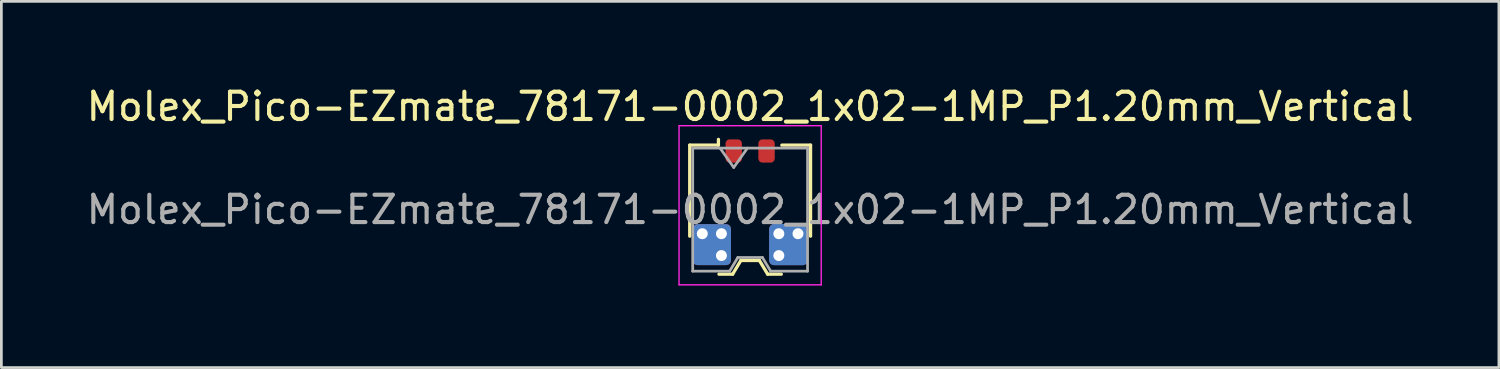
<source format=kicad_pcb>
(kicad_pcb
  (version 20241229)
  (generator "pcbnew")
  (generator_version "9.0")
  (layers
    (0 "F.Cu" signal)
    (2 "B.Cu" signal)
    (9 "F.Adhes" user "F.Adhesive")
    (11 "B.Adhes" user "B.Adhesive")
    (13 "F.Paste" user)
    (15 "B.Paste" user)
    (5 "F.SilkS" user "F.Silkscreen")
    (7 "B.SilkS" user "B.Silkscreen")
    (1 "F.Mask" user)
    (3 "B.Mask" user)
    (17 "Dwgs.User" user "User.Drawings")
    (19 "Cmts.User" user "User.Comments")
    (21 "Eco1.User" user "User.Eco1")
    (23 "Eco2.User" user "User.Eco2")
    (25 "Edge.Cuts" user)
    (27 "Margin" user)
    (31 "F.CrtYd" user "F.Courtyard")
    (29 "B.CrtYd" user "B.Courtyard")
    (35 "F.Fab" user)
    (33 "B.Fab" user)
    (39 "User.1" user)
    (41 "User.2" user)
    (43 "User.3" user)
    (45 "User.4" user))
  (footprint "Molex_Pico-EZmate_78171-0002_1x02-1MP_P1.20mm_Vertical"
    (layer "F.Cu")
    (at 24.387 4.348)
    (property "Reference" "Molex_Pico-EZmate_78171-0002_1x02-1MP_P1.20mm_Vertical" (at 0 -3.5 0) (layer "F.SilkS") (effects (font (size 1 1) (thickness 0.15))))
    (attr smd allow_soldermask_bridges)
    (fp_line (start -2.21 -2.09) (end -1.16 -2.09) (stroke (width 0.12) (type solid)) (layer "F.SilkS"))
    (fp_line (start -2.21 1.24) (end -2.21 -2.09) (stroke (width 0.12) (type solid)) (layer "F.SilkS"))
    (fp_line (start -1.16 -2.09) (end -1.16 -2.3) (stroke (width 0.12) (type solid)) (layer "F.SilkS"))
    (fp_line (start -1.14 2.63) (end -0.64 2.63) (stroke (width 0.12) (type solid)) (layer "F.SilkS"))
    (fp_line (start -0.64 2.63) (end -0.34 2.13) (stroke (width 0.12) (type solid)) (layer "F.SilkS"))
    (fp_line (start -0.34 2.13) (end 0.34 2.13) (stroke (width 0.12) (type solid)) (layer "F.SilkS"))
    (fp_line (start 0.34 2.13) (end 0.64 2.63) (stroke (width 0.12) (type solid)) (layer "F.SilkS"))
    (fp_line (start 0.64 2.63) (end 1.14 2.63) (stroke (width 0.12) (type solid)) (layer "F.SilkS"))
    (fp_line (start 2.21 -2.09) (end 1.16 -2.09) (stroke (width 0.12) (type solid)) (layer "F.SilkS"))
    (fp_line (start 2.21 1.24) (end 2.21 -2.09) (stroke (width 0.12) (type solid)) (layer "F.SilkS"))
    (fp_line (start -2.6 -2.8) (end -2.6 3.02) (stroke (width 0.05) (type solid)) (layer "F.CrtYd"))
    (fp_line (start -2.6 3.02) (end 2.6 3.02) (stroke (width 0.05) (type solid)) (layer "F.CrtYd"))
    (fp_line (start 2.6 -2.8) (end -2.6 -2.8) (stroke (width 0.05) (type solid)) (layer "F.CrtYd"))
    (fp_line (start 2.6 3.02) (end 2.6 -2.8) (stroke (width 0.05) (type solid)) (layer "F.CrtYd"))
    (fp_line (start -2.1 -1.98) (end -2.1 2.52) (stroke (width 0.1) (type solid)) (layer "F.Fab"))
    (fp_line (start -2.1 -1.98) (end 2.1 -1.98) (stroke (width 0.1) (type solid)) (layer "F.Fab"))
    (fp_line (start -2.1 2.52) (end -0.75 2.52) (stroke (width 0.1) (type solid)) (layer "F.Fab"))
    (fp_line (start -1.1 -1.98) (end -0.6 -1.273) (stroke (width 0.1) (type solid)) (layer "F.Fab"))
    (fp_line (start -0.75 2.52) (end -0.45 2.02) (stroke (width 0.1) (type solid)) (layer "F.Fab"))
    (fp_line (start -0.6 -1.273) (end -0.1 -1.98) (stroke (width 0.1) (type solid)) (layer "F.Fab"))
    (fp_line (start -0.45 2.02) (end 0.45 2.02) (stroke (width 0.1) (type solid)) (layer "F.Fab"))
    (fp_line (start 0.45 2.02) (end 0.75 2.52) (stroke (width 0.1) (type solid)) (layer "F.Fab"))
    (fp_line (start 0.75 2.52) (end 2.1 2.52) (stroke (width 0.1) (type solid)) (layer "F.Fab"))
    (fp_line (start 2.1 -1.98) (end 2.1 2.52) (stroke (width 0.1) (type solid)) (layer "F.Fab"))
    (fp_text user "${REFERENCE}" (at 0 0.27 0) (layer "F.Fab") (effects (font (size 1 1) (thickness 0.15))))
    (pad "" smd roundrect (at -1.75 1.9) (size 0.7 0.8) (layers "F.Mask" "F.Paste") (roundrect_rratio 0.25))
    (pad "" smd roundrect (at 1.75 1.9) (size 0.7 0.8) (layers "F.Mask" "F.Paste") (roundrect_rratio 0.25))
    (pad "1" smd roundrect (at -0.6 -1.875) (size 0.6 0.85) (layers "F.Cu" "F.Mask" "F.Paste") (roundrect_rratio 0.25))
    (pad "2" smd roundrect (at 0.6 -1.875) (size 0.6 0.85) (layers "F.Cu" "F.Mask" "F.Paste") (roundrect_rratio 0.25))
    (pad "MP" thru_hole circle (at -1.75 1.15) (size 0.6 0.6) (drill 0.4) (layers "*.Cu"))
    (pad "MP" smd roundrect (at -1.4 1.55) (size 1.4 1.5) (layers "F.Cu") (roundrect_rratio 0.125))
    (pad "MP" smd roundrect (at -1.4 1.55) (size 1.4 1.5) (layers "B.Cu") (roundrect_rratio 0.125))
    (pad "MP" thru_hole circle (at -1.05 1.15) (size 0.6 0.6) (drill 0.4) (layers "*.Cu"))
    (pad "MP" thru_hole circle (at -1.05 1.95) (size 0.6 0.6) (drill 0.4) (layers "*.Cu"))
    (pad "MP" thru_hole circle (at 1.05 1.15) (size 0.6 0.6) (drill 0.4) (layers "*.Cu"))
    (pad "MP" thru_hole circle (at 1.05 1.95) (size 0.6 0.6) (drill 0.4) (layers "*.Cu"))
    (pad "MP" smd roundrect (at 1.4 1.55) (size 1.4 1.5) (layers "F.Cu") (roundrect_rratio 0.125))
    (pad "MP" smd roundrect (at 1.4 1.55) (size 1.4 1.5) (layers "B.Cu") (roundrect_rratio 0.125))
    (pad "MP" smd roundrect (at 1.4 1.55) (size 1.4 1.5) (layers "B.Cu") (roundrect_rratio 0.125))
    (pad "MP" thru_hole circle (at 1.75 1.15) (size 0.6 0.6) (drill 0.4) (layers "*.Cu")))
  (gr_rect
    (start -3 -3)
    (end 51.774 10.393)
    (stroke (width 0.1) (type default))
    (fill no)
    (layer "Edge.Cuts")))
</source>
